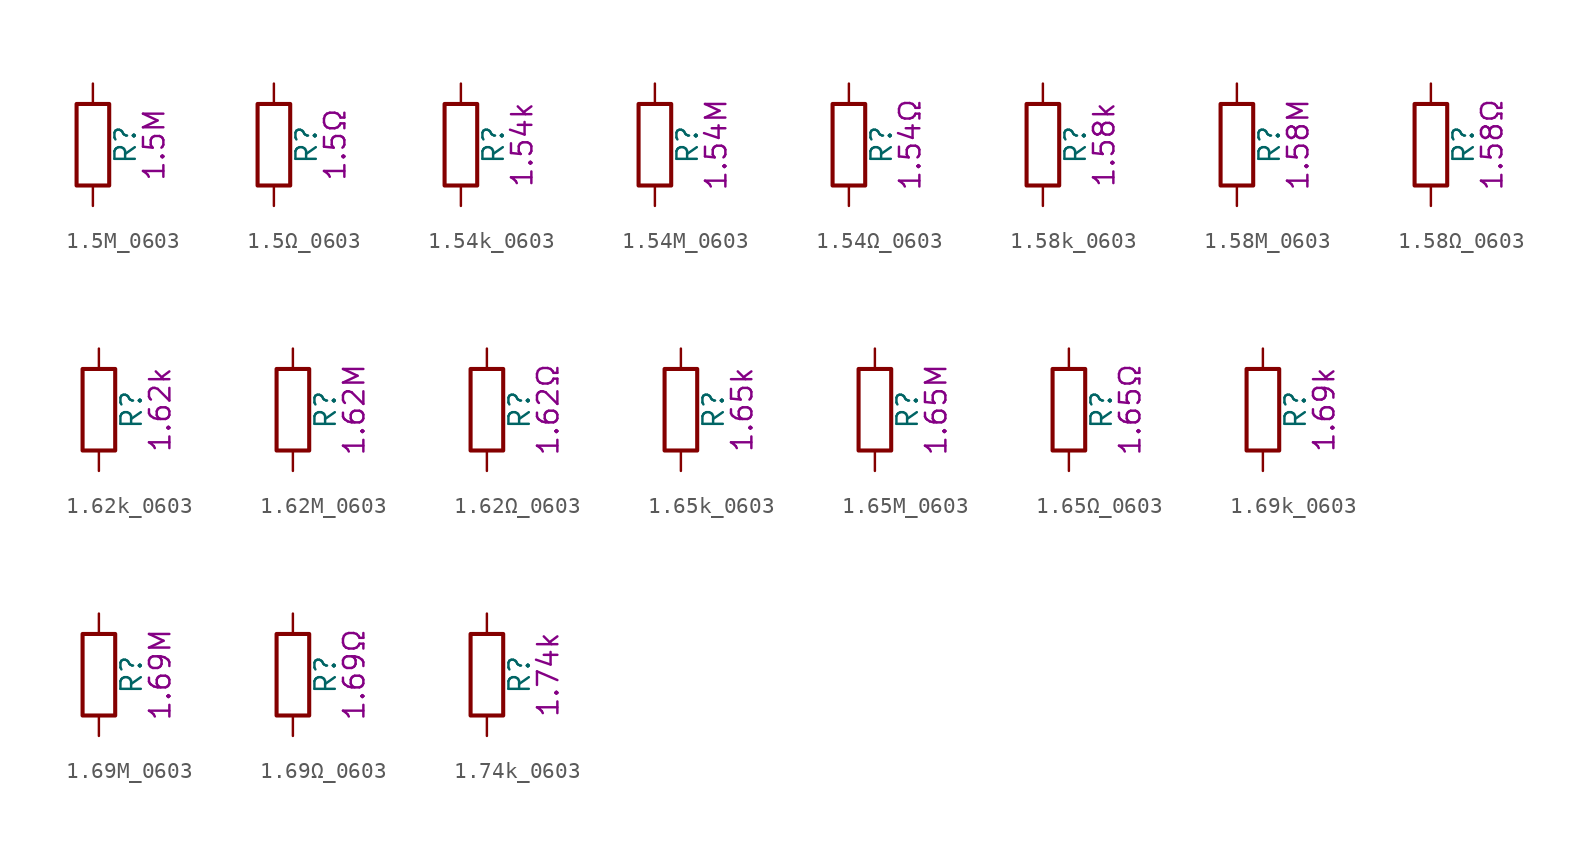
<source format=kicad_sym>
(kicad_symbol_lib
  (version 20211014)
  (generator kicad_symbol_editor)
  (symbol "1.5M_0603"
    (pin_numbers hide)
    (pin_names
      (offset 0))
    (property "Reference" "R"
      (at 2.032 0 90)
      (effects (font (size 1.27 1.27))))
    (property "Display" "1.5M"
      (at 3.81 0 90)
      (effects (font (size 1.27 1.27))))
    (symbol "1.5M_0603_0_1"
      (rectangle (start -1.016 -2.54) (end 1.016 2.54) (stroke (width 0.254) (type default) (color 0 0 0 0)) (fill (type none))))
    (symbol "1.5M_0603_1_1"
      (pin passive line (at 0 3.81 270) (length 1.27) (name "~" (effects (font (size 1.27 1.27)))) (number "1" (effects (font (size 1.27 1.27)))))
      (pin passive line (at 0 -3.81 90) (length 1.27) (name "~" (effects (font (size 1.27 1.27)))) (number "2" (effects (font (size 1.27 1.27)))))))
  (symbol "1.5Ω_0603"
    (pin_numbers hide)
    (pin_names
      (offset 0))
    (property "Reference" "R"
      (at 2.032 0 90)
      (effects (font (size 1.27 1.27))))
    (property "Display" "1.5Ω"
      (at 3.81 0 90)
      (effects (font (size 1.27 1.27))))
    (symbol "1.5Ω_0603_0_1"
      (rectangle (start -1.016 -2.54) (end 1.016 2.54) (stroke (width 0.254) (type default) (color 0 0 0 0)) (fill (type none))))
    (symbol "1.5Ω_0603_1_1"
      (pin passive line (at 0 3.81 270) (length 1.27) (name "~" (effects (font (size 1.27 1.27)))) (number "1" (effects (font (size 1.27 1.27)))))
      (pin passive line (at 0 -3.81 90) (length 1.27) (name "~" (effects (font (size 1.27 1.27)))) (number "2" (effects (font (size 1.27 1.27)))))))
  (symbol "1.54k_0603"
    (pin_numbers hide)
    (pin_names
      (offset 0))
    (property "Reference" "R"
      (at 2.032 0 90)
      (effects (font (size 1.27 1.27))))
    (property "Display" "1.54k"
      (at 3.81 0 90)
      (effects (font (size 1.27 1.27))))
    (symbol "1.54k_0603_0_1"
      (rectangle (start -1.016 -2.54) (end 1.016 2.54) (stroke (width 0.254) (type default) (color 0 0 0 0)) (fill (type none))))
    (symbol "1.54k_0603_1_1"
      (pin passive line (at 0 3.81 270) (length 1.27) (name "~" (effects (font (size 1.27 1.27)))) (number "1" (effects (font (size 1.27 1.27)))))
      (pin passive line (at 0 -3.81 90) (length 1.27) (name "~" (effects (font (size 1.27 1.27)))) (number "2" (effects (font (size 1.27 1.27)))))))
  (symbol "1.54M_0603"
    (pin_numbers hide)
    (pin_names
      (offset 0))
    (property "Reference" "R"
      (at 2.032 0 90)
      (effects (font (size 1.27 1.27))))
    (property "Display" "1.54M"
      (at 3.81 0 90)
      (effects (font (size 1.27 1.27))))
    (symbol "1.54M_0603_0_1"
      (rectangle (start -1.016 -2.54) (end 1.016 2.54) (stroke (width 0.254) (type default) (color 0 0 0 0)) (fill (type none))))
    (symbol "1.54M_0603_1_1"
      (pin passive line (at 0 3.81 270) (length 1.27) (name "~" (effects (font (size 1.27 1.27)))) (number "1" (effects (font (size 1.27 1.27)))))
      (pin passive line (at 0 -3.81 90) (length 1.27) (name "~" (effects (font (size 1.27 1.27)))) (number "2" (effects (font (size 1.27 1.27)))))))
  (symbol "1.54Ω_0603"
    (pin_numbers hide)
    (pin_names
      (offset 0))
    (property "Reference" "R"
      (at 2.032 0 90)
      (effects (font (size 1.27 1.27))))
    (property "Display" "1.54Ω"
      (at 3.81 0 90)
      (effects (font (size 1.27 1.27))))
    (symbol "1.54Ω_0603_0_1"
      (rectangle (start -1.016 -2.54) (end 1.016 2.54) (stroke (width 0.254) (type default) (color 0 0 0 0)) (fill (type none))))
    (symbol "1.54Ω_0603_1_1"
      (pin passive line (at 0 3.81 270) (length 1.27) (name "~" (effects (font (size 1.27 1.27)))) (number "1" (effects (font (size 1.27 1.27)))))
      (pin passive line (at 0 -3.81 90) (length 1.27) (name "~" (effects (font (size 1.27 1.27)))) (number "2" (effects (font (size 1.27 1.27)))))))
  (symbol "1.58k_0603"
    (pin_numbers hide)
    (pin_names
      (offset 0))
    (property "Reference" "R"
      (at 2.032 0 90)
      (effects (font (size 1.27 1.27))))
    (property "Display" "1.58k"
      (at 3.81 0 90)
      (effects (font (size 1.27 1.27))))
    (symbol "1.58k_0603_0_1"
      (rectangle (start -1.016 -2.54) (end 1.016 2.54) (stroke (width 0.254) (type default) (color 0 0 0 0)) (fill (type none))))
    (symbol "1.58k_0603_1_1"
      (pin passive line (at 0 3.81 270) (length 1.27) (name "~" (effects (font (size 1.27 1.27)))) (number "1" (effects (font (size 1.27 1.27)))))
      (pin passive line (at 0 -3.81 90) (length 1.27) (name "~" (effects (font (size 1.27 1.27)))) (number "2" (effects (font (size 1.27 1.27)))))))
  (symbol "1.58M_0603"
    (pin_numbers hide)
    (pin_names
      (offset 0))
    (property "Reference" "R"
      (at 2.032 0 90)
      (effects (font (size 1.27 1.27))))
    (property "Display" "1.58M"
      (at 3.81 0 90)
      (effects (font (size 1.27 1.27))))
    (symbol "1.58M_0603_0_1"
      (rectangle (start -1.016 -2.54) (end 1.016 2.54) (stroke (width 0.254) (type default) (color 0 0 0 0)) (fill (type none))))
    (symbol "1.58M_0603_1_1"
      (pin passive line (at 0 3.81 270) (length 1.27) (name "~" (effects (font (size 1.27 1.27)))) (number "1" (effects (font (size 1.27 1.27)))))
      (pin passive line (at 0 -3.81 90) (length 1.27) (name "~" (effects (font (size 1.27 1.27)))) (number "2" (effects (font (size 1.27 1.27)))))))
  (symbol "1.58Ω_0603"
    (pin_numbers hide)
    (pin_names
      (offset 0))
    (property "Reference" "R"
      (at 2.032 0 90)
      (effects (font (size 1.27 1.27))))
    (property "Display" "1.58Ω"
      (at 3.81 0 90)
      (effects (font (size 1.27 1.27))))
    (symbol "1.58Ω_0603_0_1"
      (rectangle (start -1.016 -2.54) (end 1.016 2.54) (stroke (width 0.254) (type default) (color 0 0 0 0)) (fill (type none))))
    (symbol "1.58Ω_0603_1_1"
      (pin passive line (at 0 3.81 270) (length 1.27) (name "~" (effects (font (size 1.27 1.27)))) (number "1" (effects (font (size 1.27 1.27)))))
      (pin passive line (at 0 -3.81 90) (length 1.27) (name "~" (effects (font (size 1.27 1.27)))) (number "2" (effects (font (size 1.27 1.27)))))))
  (symbol "1.62k_0603"
    (pin_numbers hide)
    (pin_names
      (offset 0))
    (property "Reference" "R"
      (at 2.032 0 90)
      (effects (font (size 1.27 1.27))))
    (property "Display" "1.62k"
      (at 3.81 0 90)
      (effects (font (size 1.27 1.27))))
    (symbol "1.62k_0603_0_1"
      (rectangle (start -1.016 -2.54) (end 1.016 2.54) (stroke (width 0.254) (type default) (color 0 0 0 0)) (fill (type none))))
    (symbol "1.62k_0603_1_1"
      (pin passive line (at 0 3.81 270) (length 1.27) (name "~" (effects (font (size 1.27 1.27)))) (number "1" (effects (font (size 1.27 1.27)))))
      (pin passive line (at 0 -3.81 90) (length 1.27) (name "~" (effects (font (size 1.27 1.27)))) (number "2" (effects (font (size 1.27 1.27)))))))
  (symbol "1.62M_0603"
    (pin_numbers hide)
    (pin_names
      (offset 0))
    (property "Reference" "R"
      (at 2.032 0 90)
      (effects (font (size 1.27 1.27))))
    (property "Display" "1.62M"
      (at 3.81 0 90)
      (effects (font (size 1.27 1.27))))
    (symbol "1.62M_0603_0_1"
      (rectangle (start -1.016 -2.54) (end 1.016 2.54) (stroke (width 0.254) (type default) (color 0 0 0 0)) (fill (type none))))
    (symbol "1.62M_0603_1_1"
      (pin passive line (at 0 3.81 270) (length 1.27) (name "~" (effects (font (size 1.27 1.27)))) (number "1" (effects (font (size 1.27 1.27)))))
      (pin passive line (at 0 -3.81 90) (length 1.27) (name "~" (effects (font (size 1.27 1.27)))) (number "2" (effects (font (size 1.27 1.27)))))))
  (symbol "1.62Ω_0603"
    (pin_numbers hide)
    (pin_names
      (offset 0))
    (property "Reference" "R"
      (at 2.032 0 90)
      (effects (font (size 1.27 1.27))))
    (property "Display" "1.62Ω"
      (at 3.81 0 90)
      (effects (font (size 1.27 1.27))))
    (symbol "1.62Ω_0603_0_1"
      (rectangle (start -1.016 -2.54) (end 1.016 2.54) (stroke (width 0.254) (type default) (color 0 0 0 0)) (fill (type none))))
    (symbol "1.62Ω_0603_1_1"
      (pin passive line (at 0 3.81 270) (length 1.27) (name "~" (effects (font (size 1.27 1.27)))) (number "1" (effects (font (size 1.27 1.27)))))
      (pin passive line (at 0 -3.81 90) (length 1.27) (name "~" (effects (font (size 1.27 1.27)))) (number "2" (effects (font (size 1.27 1.27)))))))
  (symbol "1.65k_0603"
    (pin_numbers hide)
    (pin_names
      (offset 0))
    (property "Reference" "R"
      (at 2.032 0 90)
      (effects (font (size 1.27 1.27))))
    (property "Display" "1.65k"
      (at 3.81 0 90)
      (effects (font (size 1.27 1.27))))
    (symbol "1.65k_0603_0_1"
      (rectangle (start -1.016 -2.54) (end 1.016 2.54) (stroke (width 0.254) (type default) (color 0 0 0 0)) (fill (type none))))
    (symbol "1.65k_0603_1_1"
      (pin passive line (at 0 3.81 270) (length 1.27) (name "~" (effects (font (size 1.27 1.27)))) (number "1" (effects (font (size 1.27 1.27)))))
      (pin passive line (at 0 -3.81 90) (length 1.27) (name "~" (effects (font (size 1.27 1.27)))) (number "2" (effects (font (size 1.27 1.27)))))))
  (symbol "1.65M_0603"
    (pin_numbers hide)
    (pin_names
      (offset 0))
    (property "Reference" "R"
      (at 2.032 0 90)
      (effects (font (size 1.27 1.27))))
    (property "Display" "1.65M"
      (at 3.81 0 90)
      (effects (font (size 1.27 1.27))))
    (symbol "1.65M_0603_0_1"
      (rectangle (start -1.016 -2.54) (end 1.016 2.54) (stroke (width 0.254) (type default) (color 0 0 0 0)) (fill (type none))))
    (symbol "1.65M_0603_1_1"
      (pin passive line (at 0 3.81 270) (length 1.27) (name "~" (effects (font (size 1.27 1.27)))) (number "1" (effects (font (size 1.27 1.27)))))
      (pin passive line (at 0 -3.81 90) (length 1.27) (name "~" (effects (font (size 1.27 1.27)))) (number "2" (effects (font (size 1.27 1.27)))))))
  (symbol "1.65Ω_0603"
    (pin_numbers hide)
    (pin_names
      (offset 0))
    (property "Reference" "R"
      (at 2.032 0 90)
      (effects (font (size 1.27 1.27))))
    (property "Display" "1.65Ω"
      (at 3.81 0 90)
      (effects (font (size 1.27 1.27))))
    (symbol "1.65Ω_0603_0_1"
      (rectangle (start -1.016 -2.54) (end 1.016 2.54) (stroke (width 0.254) (type default) (color 0 0 0 0)) (fill (type none))))
    (symbol "1.65Ω_0603_1_1"
      (pin passive line (at 0 3.81 270) (length 1.27) (name "~" (effects (font (size 1.27 1.27)))) (number "1" (effects (font (size 1.27 1.27)))))
      (pin passive line (at 0 -3.81 90) (length 1.27) (name "~" (effects (font (size 1.27 1.27)))) (number "2" (effects (font (size 1.27 1.27)))))))
  (symbol "1.69k_0603"
    (pin_numbers hide)
    (pin_names
      (offset 0))
    (property "Reference" "R"
      (at 2.032 0 90)
      (effects (font (size 1.27 1.27))))
    (property "Display" "1.69k"
      (at 3.81 0 90)
      (effects (font (size 1.27 1.27))))
    (symbol "1.69k_0603_0_1"
      (rectangle (start -1.016 -2.54) (end 1.016 2.54) (stroke (width 0.254) (type default) (color 0 0 0 0)) (fill (type none))))
    (symbol "1.69k_0603_1_1"
      (pin passive line (at 0 3.81 270) (length 1.27) (name "~" (effects (font (size 1.27 1.27)))) (number "1" (effects (font (size 1.27 1.27)))))
      (pin passive line (at 0 -3.81 90) (length 1.27) (name "~" (effects (font (size 1.27 1.27)))) (number "2" (effects (font (size 1.27 1.27)))))))
  (symbol "1.69M_0603"
    (pin_numbers hide)
    (pin_names
      (offset 0))
    (property "Reference" "R"
      (at 2.032 0 90)
      (effects (font (size 1.27 1.27))))
    (property "Display" "1.69M"
      (at 3.81 0 90)
      (effects (font (size 1.27 1.27))))
    (symbol "1.69M_0603_0_1"
      (rectangle (start -1.016 -2.54) (end 1.016 2.54) (stroke (width 0.254) (type default) (color 0 0 0 0)) (fill (type none))))
    (symbol "1.69M_0603_1_1"
      (pin passive line (at 0 3.81 270) (length 1.27) (name "~" (effects (font (size 1.27 1.27)))) (number "1" (effects (font (size 1.27 1.27)))))
      (pin passive line (at 0 -3.81 90) (length 1.27) (name "~" (effects (font (size 1.27 1.27)))) (number "2" (effects (font (size 1.27 1.27)))))))
  (symbol "1.69Ω_0603"
    (pin_numbers hide)
    (pin_names
      (offset 0))
    (property "Reference" "R"
      (at 2.032 0 90)
      (effects (font (size 1.27 1.27))))
    (property "Display" "1.69Ω"
      (at 3.81 0 90)
      (effects (font (size 1.27 1.27))))
    (symbol "1.69Ω_0603_0_1"
      (rectangle (start -1.016 -2.54) (end 1.016 2.54) (stroke (width 0.254) (type default) (color 0 0 0 0)) (fill (type none))))
    (symbol "1.69Ω_0603_1_1"
      (pin passive line (at 0 3.81 270) (length 1.27) (name "~" (effects (font (size 1.27 1.27)))) (number "1" (effects (font (size 1.27 1.27)))))
      (pin passive line (at 0 -3.81 90) (length 1.27) (name "~" (effects (font (size 1.27 1.27)))) (number "2" (effects (font (size 1.27 1.27)))))))
  (symbol "1.74k_0603"
    (pin_numbers hide)
    (pin_names
      (offset 0))
    (property "Reference" "R"
      (at 2.032 0 90)
      (effects (font (size 1.27 1.27))))
    (property "Display" "1.74k"
      (at 3.81 0 90)
      (effects (font (size 1.27 1.27))))
    (symbol "1.74k_0603_0_1"
      (rectangle (start -1.016 -2.54) (end 1.016 2.54) (stroke (width 0.254) (type default) (color 0 0 0 0)) (fill (type none))))
    (symbol "1.74k_0603_1_1"
      (pin passive line (at 0 3.81 270) (length 1.27) (name "~" (effects (font (size 1.27 1.27)))) (number "1" (effects (font (size 1.27 1.27)))))
      (pin passive line (at 0 -3.81 90) (length 1.27) (name "~" (effects (font (size 1.27 1.27)))) (number "2" (effects (font (size 1.27 1.27))))))))
</source>
